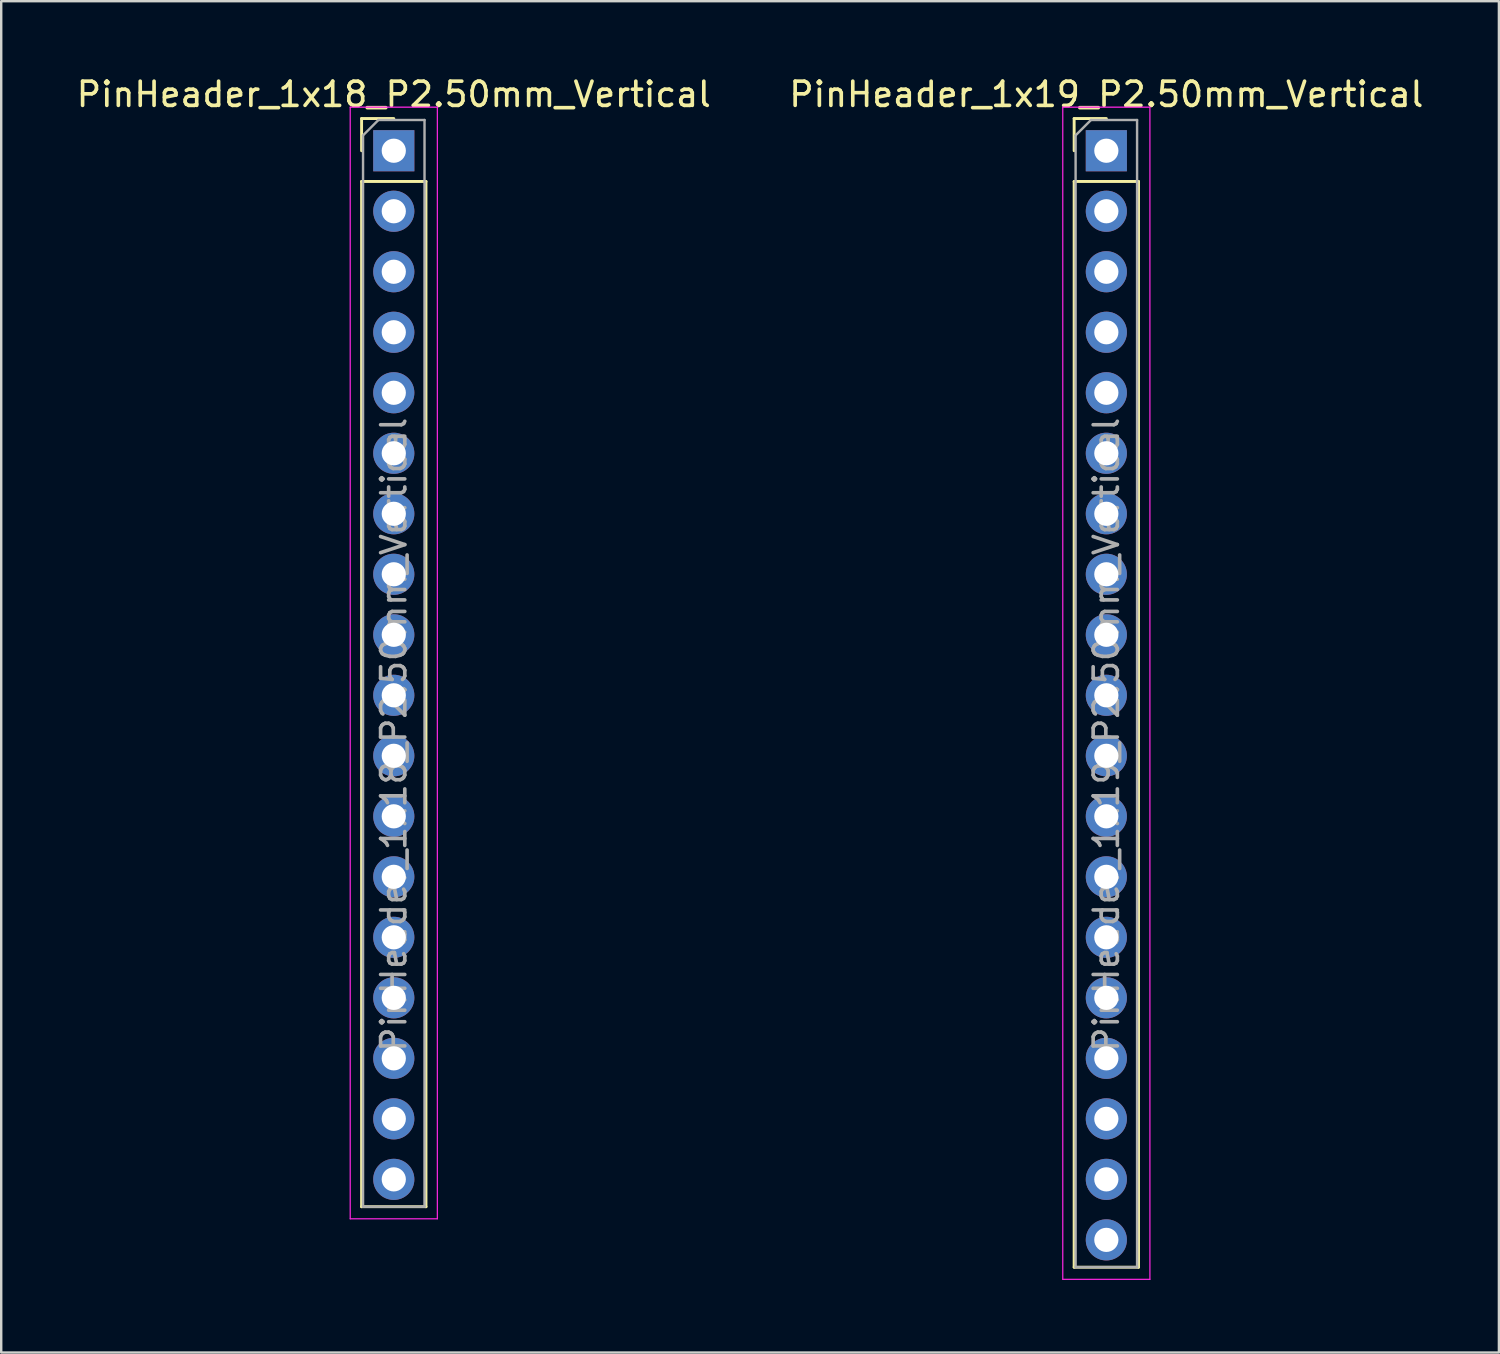
<source format=kicad_pcb>
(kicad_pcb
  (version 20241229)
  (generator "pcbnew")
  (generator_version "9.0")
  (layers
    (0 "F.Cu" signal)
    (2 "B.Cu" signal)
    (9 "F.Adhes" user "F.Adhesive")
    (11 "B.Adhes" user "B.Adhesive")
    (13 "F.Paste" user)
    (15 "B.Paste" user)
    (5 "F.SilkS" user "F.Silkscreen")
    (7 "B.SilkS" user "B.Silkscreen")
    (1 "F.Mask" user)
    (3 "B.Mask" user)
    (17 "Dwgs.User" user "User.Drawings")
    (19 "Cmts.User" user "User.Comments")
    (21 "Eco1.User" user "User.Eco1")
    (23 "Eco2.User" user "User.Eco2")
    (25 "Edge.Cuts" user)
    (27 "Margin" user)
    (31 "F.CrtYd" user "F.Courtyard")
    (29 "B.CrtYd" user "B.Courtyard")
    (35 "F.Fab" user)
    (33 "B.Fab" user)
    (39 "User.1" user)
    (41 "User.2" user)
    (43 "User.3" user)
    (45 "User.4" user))
  (footprint "PinHeader_1x19_P2.50mm_Vertical"
    (layer "F.Cu")
    (at 42.661 0.678)
    (property "Reference" "PinHeader_1x19_P2.50mm_Vertical" (at 0 0.17 0) (layer "F.SilkS") (effects (font (size 1 1) (thickness 0.15))))
    (attr through_hole)
    (fp_line (start -1.33 1.17) (end 0 1.17) (stroke (width 0.12) (type solid)) (layer "F.SilkS"))
    (fp_line (start -1.33 2.5) (end -1.33 1.17) (stroke (width 0.12) (type solid)) (layer "F.SilkS"))
    (fp_line (start -1.33 3.77) (end -1.33 48.63) (stroke (width 0.12) (type solid)) (layer "F.SilkS"))
    (fp_line (start -1.33 3.77) (end 1.33 3.77) (stroke (width 0.12) (type solid)) (layer "F.SilkS"))
    (fp_line (start -1.33 48.63) (end 1.33 48.63) (stroke (width 0.12) (type solid)) (layer "F.SilkS"))
    (fp_line (start 1.33 3.77) (end 1.33 48.63) (stroke (width 0.12) (type solid)) (layer "F.SilkS"))
    (fp_line (start -1.8 0.7) (end -1.8 49.13) (stroke (width 0.05) (type solid)) (layer "F.CrtYd"))
    (fp_line (start -1.8 49.13) (end 1.8 49.13) (stroke (width 0.05) (type solid)) (layer "F.CrtYd"))
    (fp_line (start 1.8 0.7) (end -1.8 0.7) (stroke (width 0.05) (type solid)) (layer "F.CrtYd"))
    (fp_line (start 1.8 49.13) (end 1.8 0.7) (stroke (width 0.05) (type solid)) (layer "F.CrtYd"))
    (fp_line (start -1.27 1.865) (end -0.635 1.23) (stroke (width 0.1) (type solid)) (layer "F.Fab"))
    (fp_line (start -1.27 48.63) (end -1.27 1.865) (stroke (width 0.1) (type solid)) (layer "F.Fab"))
    (fp_line (start -0.635 1.23) (end 1.27 1.23) (stroke (width 0.1) (type solid)) (layer "F.Fab"))
    (fp_line (start 1.27 1.23) (end 1.27 48.63) (stroke (width 0.1) (type solid)) (layer "F.Fab"))
    (fp_line (start 1.27 48.63) (end -1.27 48.63) (stroke (width 0.1) (type solid)) (layer "F.Fab"))
    (fp_text user "${REFERENCE}" (at 0 26.63 90) (layer "F.Fab") (effects (font (size 1 1) (thickness 0.15))))
    (pad "1" thru_hole rect (at 0 2.5) (size 1.7 1.7) (drill 1) (layers "*.Cu" "*.Mask"))
    (pad "2" thru_hole oval (at 0 5) (size 1.7 1.7) (drill 1) (layers "*.Cu" "*.Mask"))
    (pad "3" thru_hole oval (at 0 7.5) (size 1.7 1.7) (drill 1) (layers "*.Cu" "*.Mask"))
    (pad "4" thru_hole oval (at 0 10) (size 1.7 1.7) (drill 1) (layers "*.Cu" "*.Mask"))
    (pad "5" thru_hole oval (at 0 12.5) (size 1.7 1.7) (drill 1) (layers "*.Cu" "*.Mask"))
    (pad "6" thru_hole oval (at 0 15) (size 1.7 1.7) (drill 1) (layers "*.Cu" "*.Mask"))
    (pad "7" thru_hole oval (at 0 17.5) (size 1.7 1.7) (drill 1) (layers "*.Cu" "*.Mask"))
    (pad "8" thru_hole oval (at 0 20) (size 1.7 1.7) (drill 1) (layers "*.Cu" "*.Mask"))
    (pad "9" thru_hole oval (at 0 22.5) (size 1.7 1.7) (drill 1) (layers "*.Cu" "*.Mask"))
    (pad "10" thru_hole oval (at 0 25) (size 1.7 1.7) (drill 1) (layers "*.Cu" "*.Mask"))
    (pad "11" thru_hole oval (at 0 27.5) (size 1.7 1.7) (drill 1) (layers "*.Cu" "*.Mask"))
    (pad "12" thru_hole oval (at 0 30) (size 1.7 1.7) (drill 1) (layers "*.Cu" "*.Mask"))
    (pad "13" thru_hole oval (at 0 32.5) (size 1.7 1.7) (drill 1) (layers "*.Cu" "*.Mask"))
    (pad "14" thru_hole oval (at 0 35) (size 1.7 1.7) (drill 1) (layers "*.Cu" "*.Mask"))
    (pad "15" thru_hole oval (at 0 37.5) (size 1.7 1.7) (drill 1) (layers "*.Cu" "*.Mask"))
    (pad "16" thru_hole oval (at 0 40) (size 1.7 1.7) (drill 1) (layers "*.Cu" "*.Mask"))
    (pad "17" thru_hole oval (at 0 42.5) (size 1.7 1.7) (drill 1) (layers "*.Cu" "*.Mask"))
    (pad "18" thru_hole oval (at 0 45) (size 1.7 1.7) (drill 1) (layers "*.Cu" "*.Mask"))
    (pad "19" thru_hole oval (at 0 47.5) (size 1.7 1.7) (drill 1) (layers "*.Cu" "*.Mask")))
  (footprint "PinHeader_1x18_P2.50mm_Vertical"
    (layer "F.Cu")
    (at 13.22 0.678)
    (property "Reference" "PinHeader_1x18_P2.50mm_Vertical" (at 0 0.17 0) (layer "F.SilkS") (effects (font (size 1 1) (thickness 0.15))))
    (attr through_hole)
    (fp_line (start -1.33 1.17) (end 0 1.17) (stroke (width 0.12) (type solid)) (layer "F.SilkS"))
    (fp_line (start -1.33 2.5) (end -1.33 1.17) (stroke (width 0.12) (type solid)) (layer "F.SilkS"))
    (fp_line (start -1.33 3.77) (end -1.33 46.13) (stroke (width 0.12) (type solid)) (layer "F.SilkS"))
    (fp_line (start -1.33 3.77) (end 1.33 3.77) (stroke (width 0.12) (type solid)) (layer "F.SilkS"))
    (fp_line (start -1.33 46.13) (end 1.33 46.13) (stroke (width 0.12) (type solid)) (layer "F.SilkS"))
    (fp_line (start 1.33 3.77) (end 1.33 46.13) (stroke (width 0.12) (type solid)) (layer "F.SilkS"))
    (fp_line (start -1.8 0.7) (end -1.8 46.63) (stroke (width 0.05) (type solid)) (layer "F.CrtYd"))
    (fp_line (start -1.8 46.63) (end 1.8 46.63) (stroke (width 0.05) (type solid)) (layer "F.CrtYd"))
    (fp_line (start 1.8 0.7) (end -1.8 0.7) (stroke (width 0.05) (type solid)) (layer "F.CrtYd"))
    (fp_line (start 1.8 46.63) (end 1.8 0.7) (stroke (width 0.05) (type solid)) (layer "F.CrtYd"))
    (fp_line (start -1.27 1.865) (end -0.635 1.23) (stroke (width 0.1) (type solid)) (layer "F.Fab"))
    (fp_line (start -1.27 46.13) (end -1.27 1.865) (stroke (width 0.1) (type solid)) (layer "F.Fab"))
    (fp_line (start -0.635 1.23) (end 1.27 1.23) (stroke (width 0.1) (type solid)) (layer "F.Fab"))
    (fp_line (start 1.27 1.23) (end 1.27 46.13) (stroke (width 0.1) (type solid)) (layer "F.Fab"))
    (fp_line (start 1.27 46.13) (end -1.27 46.13) (stroke (width 0.1) (type solid)) (layer "F.Fab"))
    (fp_text user "${REFERENCE}" (at 0 26.63 90) (layer "F.Fab") (effects (font (size 1 1) (thickness 0.15))))
    (pad "1" thru_hole rect (at 0 2.5) (size 1.7 1.7) (drill 1) (layers "*.Cu" "*.Mask"))
    (pad "2" thru_hole oval (at 0 5) (size 1.7 1.7) (drill 1) (layers "*.Cu" "*.Mask"))
    (pad "3" thru_hole oval (at 0 7.5) (size 1.7 1.7) (drill 1) (layers "*.Cu" "*.Mask"))
    (pad "4" thru_hole oval (at 0 10) (size 1.7 1.7) (drill 1) (layers "*.Cu" "*.Mask"))
    (pad "5" thru_hole oval (at 0 12.5) (size 1.7 1.7) (drill 1) (layers "*.Cu" "*.Mask"))
    (pad "6" thru_hole oval (at 0 15) (size 1.7 1.7) (drill 1) (layers "*.Cu" "*.Mask"))
    (pad "7" thru_hole oval (at 0 17.5) (size 1.7 1.7) (drill 1) (layers "*.Cu" "*.Mask"))
    (pad "8" thru_hole oval (at 0 20) (size 1.7 1.7) (drill 1) (layers "*.Cu" "*.Mask"))
    (pad "9" thru_hole oval (at 0 22.5) (size 1.7 1.7) (drill 1) (layers "*.Cu" "*.Mask"))
    (pad "10" thru_hole oval (at 0 25) (size 1.7 1.7) (drill 1) (layers "*.Cu" "*.Mask"))
    (pad "11" thru_hole oval (at 0 27.5) (size 1.7 1.7) (drill 1) (layers "*.Cu" "*.Mask"))
    (pad "12" thru_hole oval (at 0 30) (size 1.7 1.7) (drill 1) (layers "*.Cu" "*.Mask"))
    (pad "13" thru_hole oval (at 0 32.5) (size 1.7 1.7) (drill 1) (layers "*.Cu" "*.Mask"))
    (pad "14" thru_hole oval (at 0 35) (size 1.7 1.7) (drill 1) (layers "*.Cu" "*.Mask"))
    (pad "15" thru_hole oval (at 0 37.5) (size 1.7 1.7) (drill 1) (layers "*.Cu" "*.Mask"))
    (pad "16" thru_hole oval (at 0 40) (size 1.7 1.7) (drill 1) (layers "*.Cu" "*.Mask"))
    (pad "17" thru_hole oval (at 0 42.5) (size 1.7 1.7) (drill 1) (layers "*.Cu" "*.Mask"))
    (pad "18" thru_hole oval (at 0 45) (size 1.7 1.7) (drill 1) (layers "*.Cu" "*.Mask")))
  (gr_rect
    (start -3 -3)
    (end 58.881 52.833)
    (stroke (width 0.1) (type default))
    (fill no)
    (layer "Edge.Cuts")))
</source>
